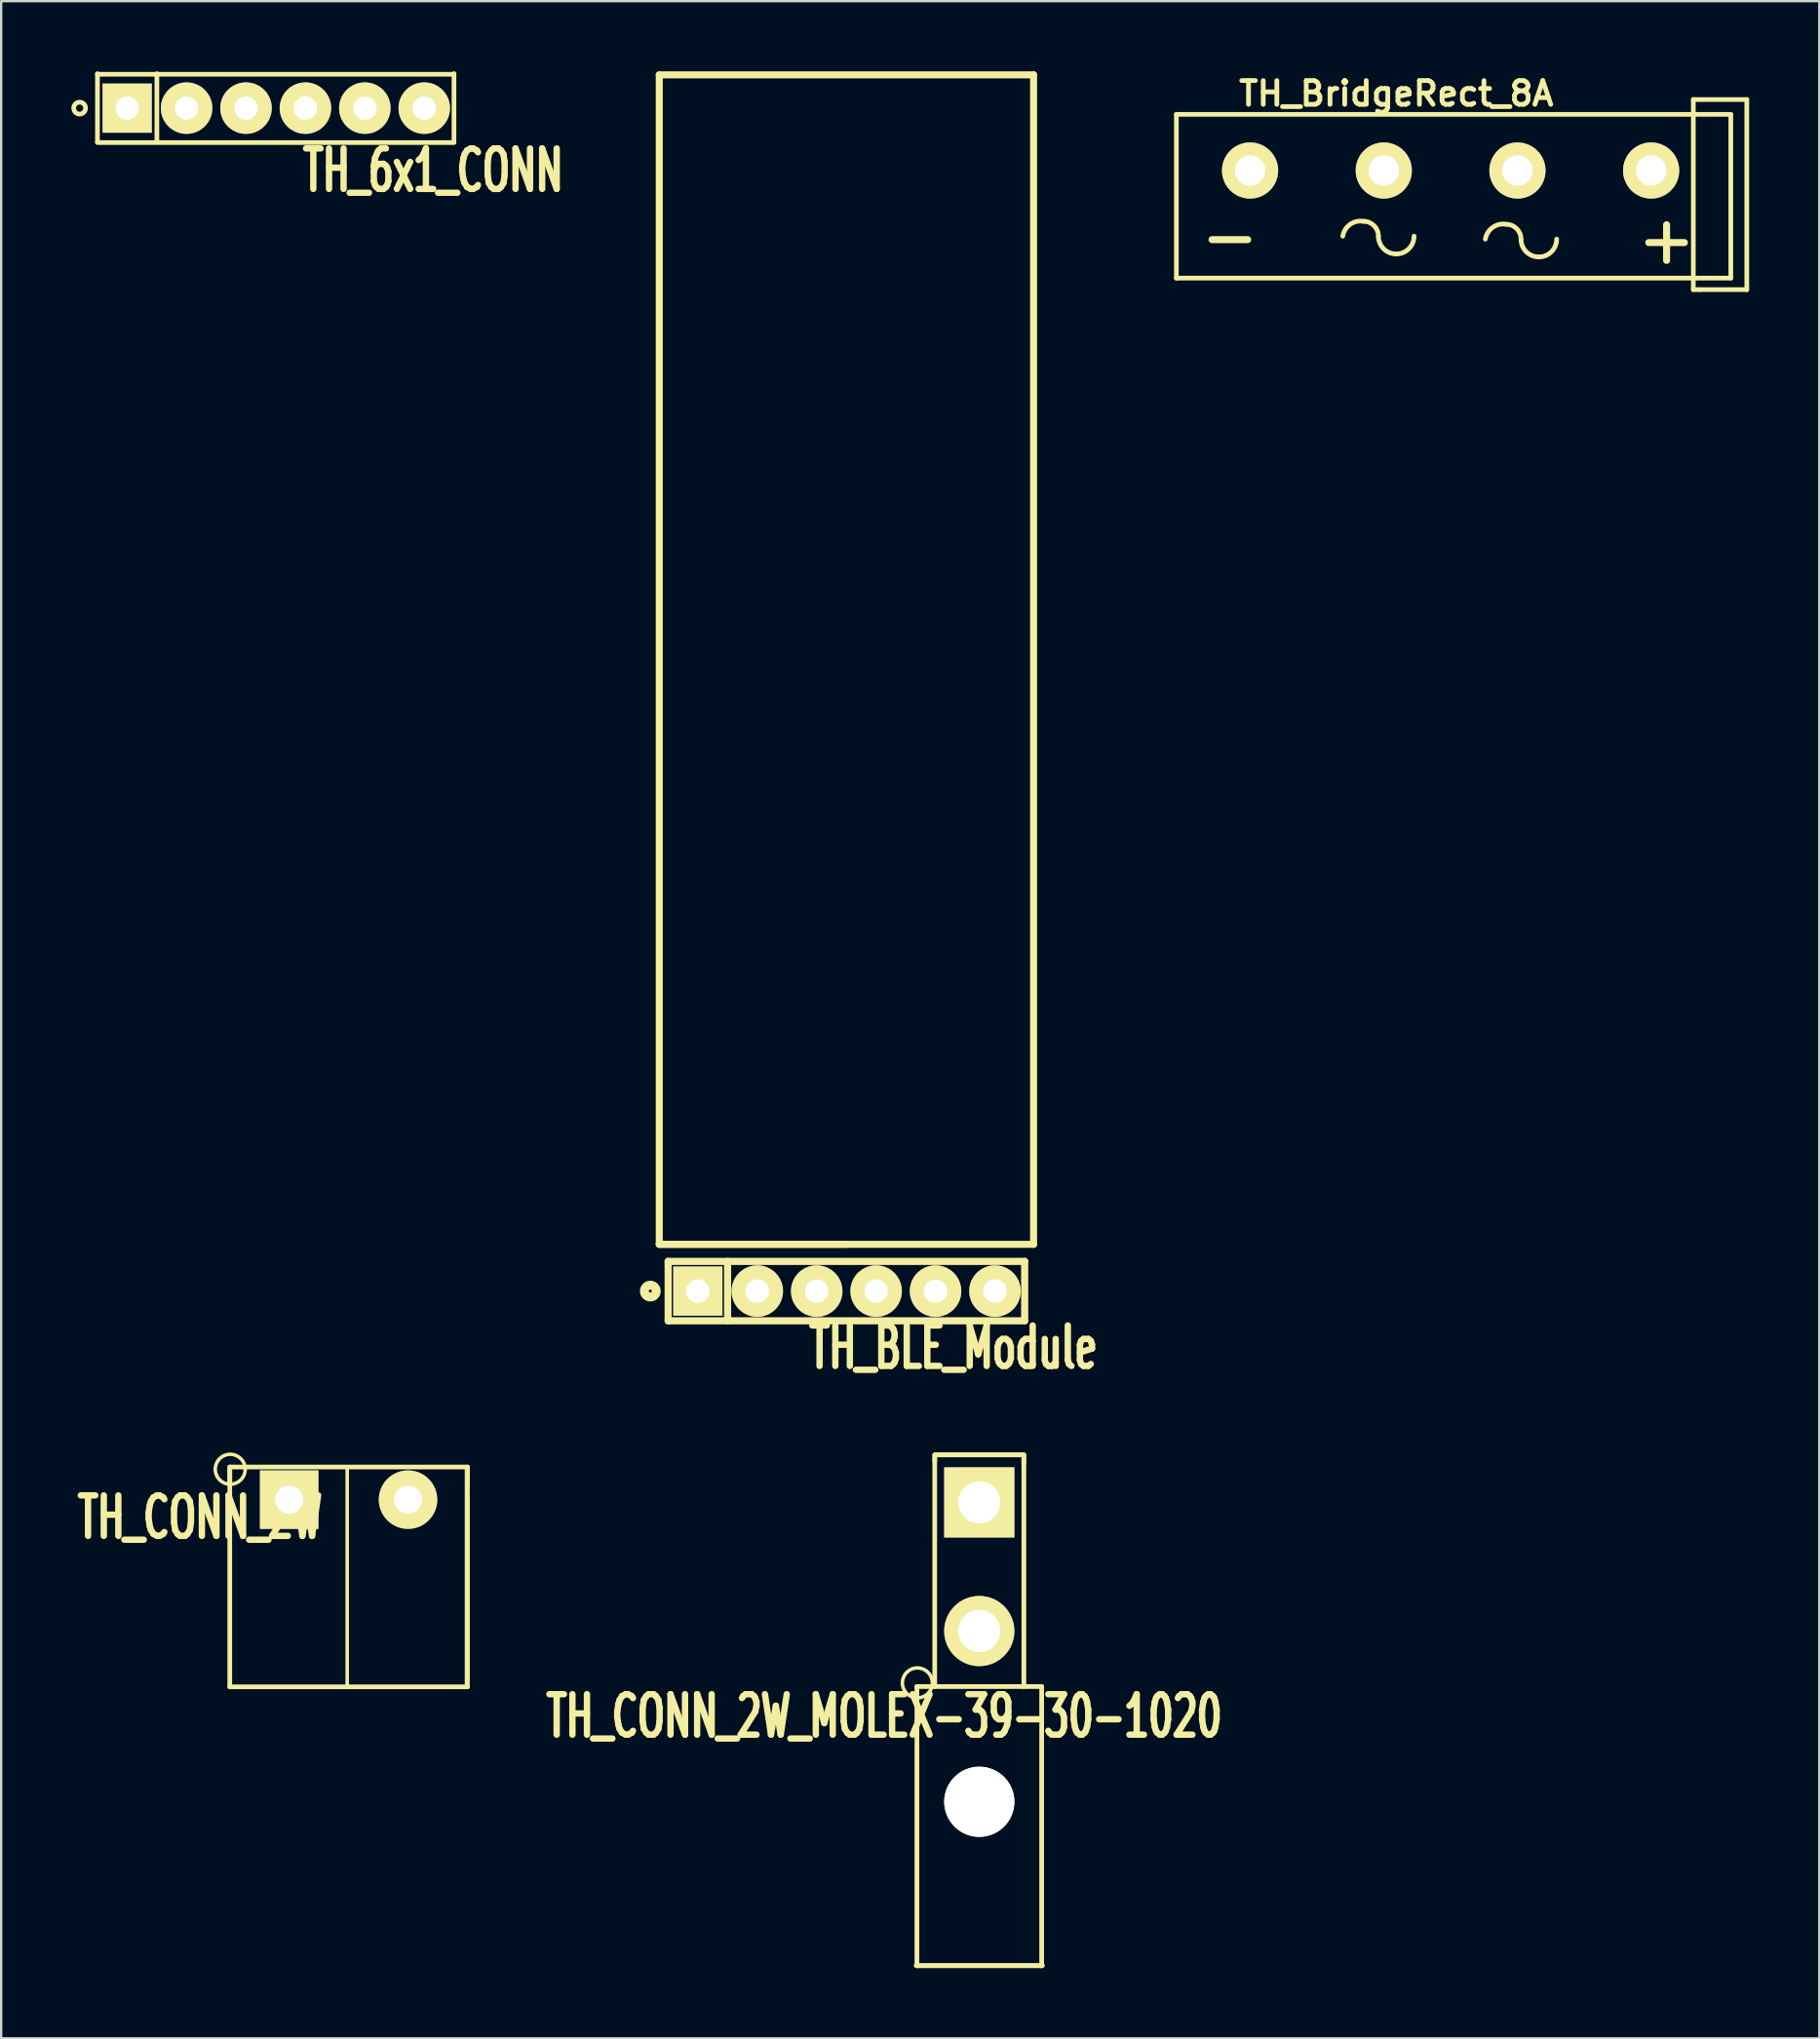
<source format=kicad_pcb>
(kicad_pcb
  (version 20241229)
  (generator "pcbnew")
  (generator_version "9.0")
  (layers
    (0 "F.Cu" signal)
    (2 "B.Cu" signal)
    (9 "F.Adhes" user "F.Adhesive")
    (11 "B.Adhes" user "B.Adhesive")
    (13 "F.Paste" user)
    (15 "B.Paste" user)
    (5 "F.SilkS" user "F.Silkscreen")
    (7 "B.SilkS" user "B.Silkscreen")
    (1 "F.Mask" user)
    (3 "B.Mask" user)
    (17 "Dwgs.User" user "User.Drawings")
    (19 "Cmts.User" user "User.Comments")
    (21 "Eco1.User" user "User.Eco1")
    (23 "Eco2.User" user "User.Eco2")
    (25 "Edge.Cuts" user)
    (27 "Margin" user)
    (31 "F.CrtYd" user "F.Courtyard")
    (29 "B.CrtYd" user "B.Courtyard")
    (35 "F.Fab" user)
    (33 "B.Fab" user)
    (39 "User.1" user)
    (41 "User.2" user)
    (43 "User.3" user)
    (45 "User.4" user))
  (footprint "TH_6x1_CONN"
    (layer "F.Cu")
    (at 8.736 1.573)
    (property "Reference" "TH_6x1_CONN" (at 6.731 2.667 0) (layer "F.SilkS") (effects (font (size 1.73 1.087) (thickness 0.272))))
    (attr through_hole)
    (fp_line (start -7.62 -1.473) (end -7.62 1.448) (stroke (width 0.2) (type solid)) (layer "F.SilkS"))
    (fp_line (start -7.62 -1.448) (end 7.62 -1.448) (stroke (width 0.2) (type solid)) (layer "F.SilkS"))
    (fp_line (start -5.08 -1.473) (end -5.08 1.397) (stroke (width 0.2) (type solid)) (layer "F.SilkS"))
    (fp_line (start 7.62 -1.473) (end 7.62 1.448) (stroke (width 0.2) (type solid)) (layer "F.SilkS"))
    (fp_line (start 7.62 1.473) (end -7.62 1.473) (stroke (width 0.2) (type solid)) (layer "F.SilkS"))
    (fp_circle (center -8.382 0) (end -8.128 0) (stroke (width 0.2) (type solid)) (fill no) (layer "F.SilkS"))
    (pad "1" thru_hole rect (at -6.35 0) (size 2.101 2.101) (drill 1) (layers "*.Cu" "*.Mask" "F.SilkS"))
    (pad "2" thru_hole circle (at -3.81 0) (size 2.2 2.2) (drill 1) (layers "*.Cu" "*.Mask" "F.SilkS"))
    (pad "3" thru_hole circle (at -1.27 0) (size 2.2 2.2) (drill 1) (layers "*.Cu" "*.Mask" "F.SilkS"))
    (pad "4" thru_hole circle (at 1.27 0) (size 2.2 2.2) (drill 1) (layers "*.Cu" "*.Mask" "F.SilkS"))
    (pad "5" thru_hole circle (at 3.81 0) (size 2.2 2.2) (drill 1) (layers "*.Cu" "*.Mask" "F.SilkS"))
    (pad "6" thru_hole circle (at 6.35 0) (size 2.2 2.2) (drill 1) (layers "*.Cu" "*.Mask" "F.SilkS")))
  (footprint "TH_BLE_Module"
    (layer "F.Cu")
    (at 33.132 52.15)
    (property "Reference" "TH_BLE_Module" (at 4.572 2.413 0) (layer "F.SilkS") (effects (font (size 1.73 1.087) (thickness 0.272))))
    (attr through_hole)
    (fp_line (start -8 -52) (end 8 -52) (stroke (width 0.3) (type solid)) (layer "F.SilkS"))
    (fp_line (start -8 -2) (end -8 -52) (stroke (width 0.3) (type solid)) (layer "F.SilkS"))
    (fp_line (start -8 -2) (end 8 -2) (stroke (width 0.3) (type solid)) (layer "F.SilkS"))
    (fp_line (start -7.62 -1.27) (end 7.62 -1.27) (stroke (width 0.305) (type solid)) (layer "F.SilkS"))
    (fp_line (start -7.62 1.27) (end -7.62 -1.27) (stroke (width 0.305) (type solid)) (layer "F.SilkS"))
    (fp_line (start -5.08 1.27) (end -5.08 -1.27) (stroke (width 0.305) (type solid)) (layer "F.SilkS"))
    (fp_line (start 0 -2) (end -8 -2) (stroke (width 0.3) (type solid)) (layer "F.SilkS"))
    (fp_line (start 7.62 -1.27) (end 7.62 1.27) (stroke (width 0.305) (type solid)) (layer "F.SilkS"))
    (fp_line (start 7.62 1.27) (end -7.62 1.27) (stroke (width 0.305) (type solid)) (layer "F.SilkS"))
    (fp_line (start 8 -52) (end 8 -2) (stroke (width 0.3) (type solid)) (layer "F.SilkS"))
    (fp_circle (center -8.382 0) (end -8.128 0) (stroke (width 0.381) (type solid)) (fill no) (layer "F.SilkS"))
    (pad "1" thru_hole rect (at -6.35 0) (size 2.101 2.101) (drill 1.001) (layers "*.Cu" "*.Mask" "F.SilkS"))
    (pad "2" thru_hole circle (at -3.81 0) (size 2.2 2.2) (drill 1.001) (layers "*.Cu" "*.Mask" "F.SilkS"))
    (pad "3" thru_hole circle (at -1.27 0) (size 2.2 2.2) (drill 1.001) (layers "*.Cu" "*.Mask" "F.SilkS"))
    (pad "4" thru_hole circle (at 1.27 0) (size 2.2 2.2) (drill 1.001) (layers "*.Cu" "*.Mask" "F.SilkS"))
    (pad "5" thru_hole circle (at 3.81 0) (size 2.2 2.2) (drill 1.001) (layers "*.Cu" "*.Mask" "F.SilkS"))
    (pad "6" thru_hole circle (at 6.35 0) (size 2.2 2.2) (drill 1.001) (layers "*.Cu" "*.Mask" "F.SilkS")))
  (footprint "TH_CONN_2W"
    (layer "F.Cu")
    (at 14.392 61.067)
    (property "Reference" "TH_CONN_2W" (at -8.89 0.762 0) (layer "F.SilkS") (effects (font (size 1.73 1.087) (thickness 0.272))))
    (attr through_hole)
    (fp_line (start -7.62 -1.397) (end -7.62 -0.635) (stroke (width 0.2) (type solid)) (layer "F.SilkS"))
    (fp_line (start -7.62 -1.397) (end 2.54 -1.397) (stroke (width 0.2) (type solid)) (layer "F.SilkS"))
    (fp_line (start -7.62 -1.27) (end -7.62 8.001) (stroke (width 0.2) (type solid)) (layer "F.SilkS"))
    (fp_line (start -7.62 8.001) (end 2.54 8.001) (stroke (width 0.2) (type solid)) (layer "F.SilkS"))
    (fp_line (start -7.6 8) (end -7.6 -1.3) (stroke (width 0.15) (type solid)) (layer "F.SilkS"))
    (fp_line (start -2.6 -1.3) (end -2.6 8) (stroke (width 0.15) (type solid)) (layer "F.SilkS"))
    (fp_line (start 2.5 8) (end 2.5 -1.3) (stroke (width 0.15) (type solid)) (layer "F.SilkS"))
    (fp_line (start 2.54 -1.397) (end 2.54 -0.762) (stroke (width 0.2) (type solid)) (layer "F.SilkS"))
    (fp_line (start 2.54 0) (end 2.54 7.62) (stroke (width 0.15) (type solid)) (layer "F.SilkS"))
    (fp_line (start 2.54 8.001) (end 2.54 -1.27) (stroke (width 0.2) (type solid)) (layer "F.SilkS"))
    (fp_circle (center -7.6 -1.3) (end -7.2 -0.8) (stroke (width 0.15) (type solid)) (fill no) (layer "F.SilkS"))
    (pad "1" thru_hole rect (at -5.08 0) (size 2.499 2.499) (drill 1.2) (layers "*.Cu" "*.Mask" "F.SilkS"))
    (pad "2" thru_hole circle (at 0 0) (size 2.499 2.499) (drill 1.2) (layers "*.Cu" "*.Mask" "F.SilkS")))
  (footprint "TH_BridgeRect_8A"
    (layer "F.Cu")
    (at 50.387 4.24)
    (property "Reference" "TH_BridgeRect_8A" (at 6.248 -3.289 0) (layer "F.SilkS") (effects (font (size 1.016 1.016) (thickness 0.203))))
    (attr through_hole)
    (fp_line (start -3.15 -2.4) (end 20.55 -2.4) (stroke (width 0.2) (type solid)) (layer "F.SilkS"))
    (fp_line (start -3.15 4.6) (end -3.15 -2.4) (stroke (width 0.2) (type solid)) (layer "F.SilkS"))
    (fp_line (start 18.948 -3.035) (end 18.948 5.093) (stroke (width 0.2) (type solid)) (layer "F.SilkS"))
    (fp_line (start 18.948 -3.035) (end 21.234 -3.035) (stroke (width 0.2) (type solid)) (layer "F.SilkS"))
    (fp_line (start 18.948 5.093) (end 19.202 5.093) (stroke (width 0.2) (type solid)) (layer "F.SilkS"))
    (fp_line (start 20.55 -2.4) (end 20.55 4.6) (stroke (width 0.2) (type solid)) (layer "F.SilkS"))
    (fp_line (start 20.55 4.6) (end -3.15 4.6) (stroke (width 0.2) (type solid)) (layer "F.SilkS"))
    (fp_line (start 21.234 -3.035) (end 21.234 5.093) (stroke (width 0.2) (type solid)) (layer "F.SilkS"))
    (fp_line (start 21.234 5.093) (end 19.202 5.093) (stroke (width 0.2) (type solid)) (layer "F.SilkS"))
    (fp_arc (start 3.962 2.807) (mid 4.274987 2.305382) (end 4.851 2.172) (stroke (width 0.2) (type solid)) (layer "F.SilkS"))
    (fp_arc (start 4.851 2.172) (mid 5.300013 2.357987) (end 5.486 2.807) (stroke (width 0.2) (type solid)) (layer "F.SilkS"))
    (fp_arc (start 6.248 3.569) (mid 5.709185 3.345815) (end 5.486 2.807) (stroke (width 0.2) (type solid)) (layer "F.SilkS"))
    (fp_arc (start 7.01 2.807) (mid 6.786815 3.345815) (end 6.248 3.569) (stroke (width 0.2) (type solid)) (layer "F.SilkS"))
    (fp_arc (start 10.058 2.934) (mid 10.370987 2.432382) (end 10.947 2.299) (stroke (width 0.2) (type solid)) (layer "F.SilkS"))
    (fp_arc (start 10.947 2.299) (mid 11.396013 2.484987) (end 11.582 2.934) (stroke (width 0.2) (type solid)) (layer "F.SilkS"))
    (fp_arc (start 12.344 3.696) (mid 11.805185 3.472815) (end 11.582 2.934) (stroke (width 0.2) (type solid)) (layer "F.SilkS"))
    (fp_arc (start 13.106 2.934) (mid 12.882815 3.472815) (end 12.344 3.696) (stroke (width 0.2) (type solid)) (layer "F.SilkS"))
    (fp_text user "+" (at 17.805 2.934 0) (layer "F.SilkS") (effects (font (size 2 2) (thickness 0.3))))
    (fp_text user "-" (at -0.864 2.807 0) (layer "F.SilkS") (effects (font (size 2 2) (thickness 0.3))))
    (pad "1" thru_hole circle (at 0 0) (size 2.4 2.4) (drill 1.3) (layers "*.Cu" "*.Mask" "F.SilkS"))
    (pad "2" thru_hole circle (at 5.715 0) (size 2.4 2.4) (drill 1.3) (layers "*.Cu" "*.Mask" "F.SilkS"))
    (pad "3" thru_hole circle (at 17.145 0) (size 2.4 2.4) (drill 1.3) (layers "*.Cu" "*.Mask" "F.SilkS"))
    (pad "4" thru_hole circle (at 11.43 0) (size 2.4 2.4) (drill 1.3) (layers "*.Cu" "*.Mask" "F.SilkS")))
  (footprint "TH_CONN_2W_MOLEX-39-30-1020"
    (layer "F.Cu")
    (at 38.812 61.184)
    (property "Reference" "TH_CONN_2W_MOLEX-39-30-1020" (at -4.064 9.144 0) (layer "F.SilkS") (effects (font (size 1.73 1.087) (thickness 0.272))))
    (attr through_hole)
    (fp_line (start -2.7 19.8) (end 2.7 19.8) (stroke (width 0.2) (type solid)) (layer "F.SilkS"))
    (fp_line (start -2.667 7.874) (end 2.667 7.874) (stroke (width 0.2) (type solid)) (layer "F.SilkS"))
    (fp_line (start -2.667 19.812) (end -2.667 7.874) (stroke (width 0.2) (type solid)) (layer "F.SilkS"))
    (fp_line (start -1.905 -2.032) (end -1.905 -1.778) (stroke (width 0.2) (type solid)) (layer "F.SilkS"))
    (fp_line (start -1.905 -2.032) (end 1.905 -2.032) (stroke (width 0.2) (type solid)) (layer "F.SilkS"))
    (fp_line (start -1.905 7.874) (end -1.905 -1.905) (stroke (width 0.2) (type solid)) (layer "F.SilkS"))
    (fp_line (start -1.778 -2.032) (end 1.778 -2.032) (stroke (width 0.2) (type solid)) (layer "F.SilkS"))
    (fp_line (start 1.905 -2.032) (end 1.905 -1.651) (stroke (width 0.2) (type solid)) (layer "F.SilkS"))
    (fp_line (start 1.905 -1.905) (end 1.905 7.874) (stroke (width 0.2) (type solid)) (layer "F.SilkS"))
    (fp_line (start 2.667 7.874) (end 2.667 19.812) (stroke (width 0.2) (type solid)) (layer "F.SilkS"))
    (fp_line (start 2.667 19.812) (end -2.667 19.812) (stroke (width 0.2) (type solid)) (layer "F.SilkS"))
    (fp_circle (center -2.647 7.717) (end -2.247 8.217) (stroke (width 0.15) (type solid)) (fill no) (layer "F.SilkS"))
    (pad "" np_thru_hole circle (at 0 12.8) (size 3 3) (drill 3) (layers "*.Cu" "*.Mask" "F.SilkS"))
    (pad "1" thru_hole rect (at 0 0) (size 3 3) (drill 1.8) (layers "*.Cu" "*.Mask" "F.SilkS"))
    (pad "2" thru_hole circle (at 0 5.5) (size 3 3) (drill 1.8) (layers "*.Cu" "*.Mask" "F.SilkS")))
  (gr_rect
    (start -3 -3)
    (end 74.721 84.096)
    (stroke (width 0.1) (type default))
    (fill no)
    (layer "Edge.Cuts")))
</source>
